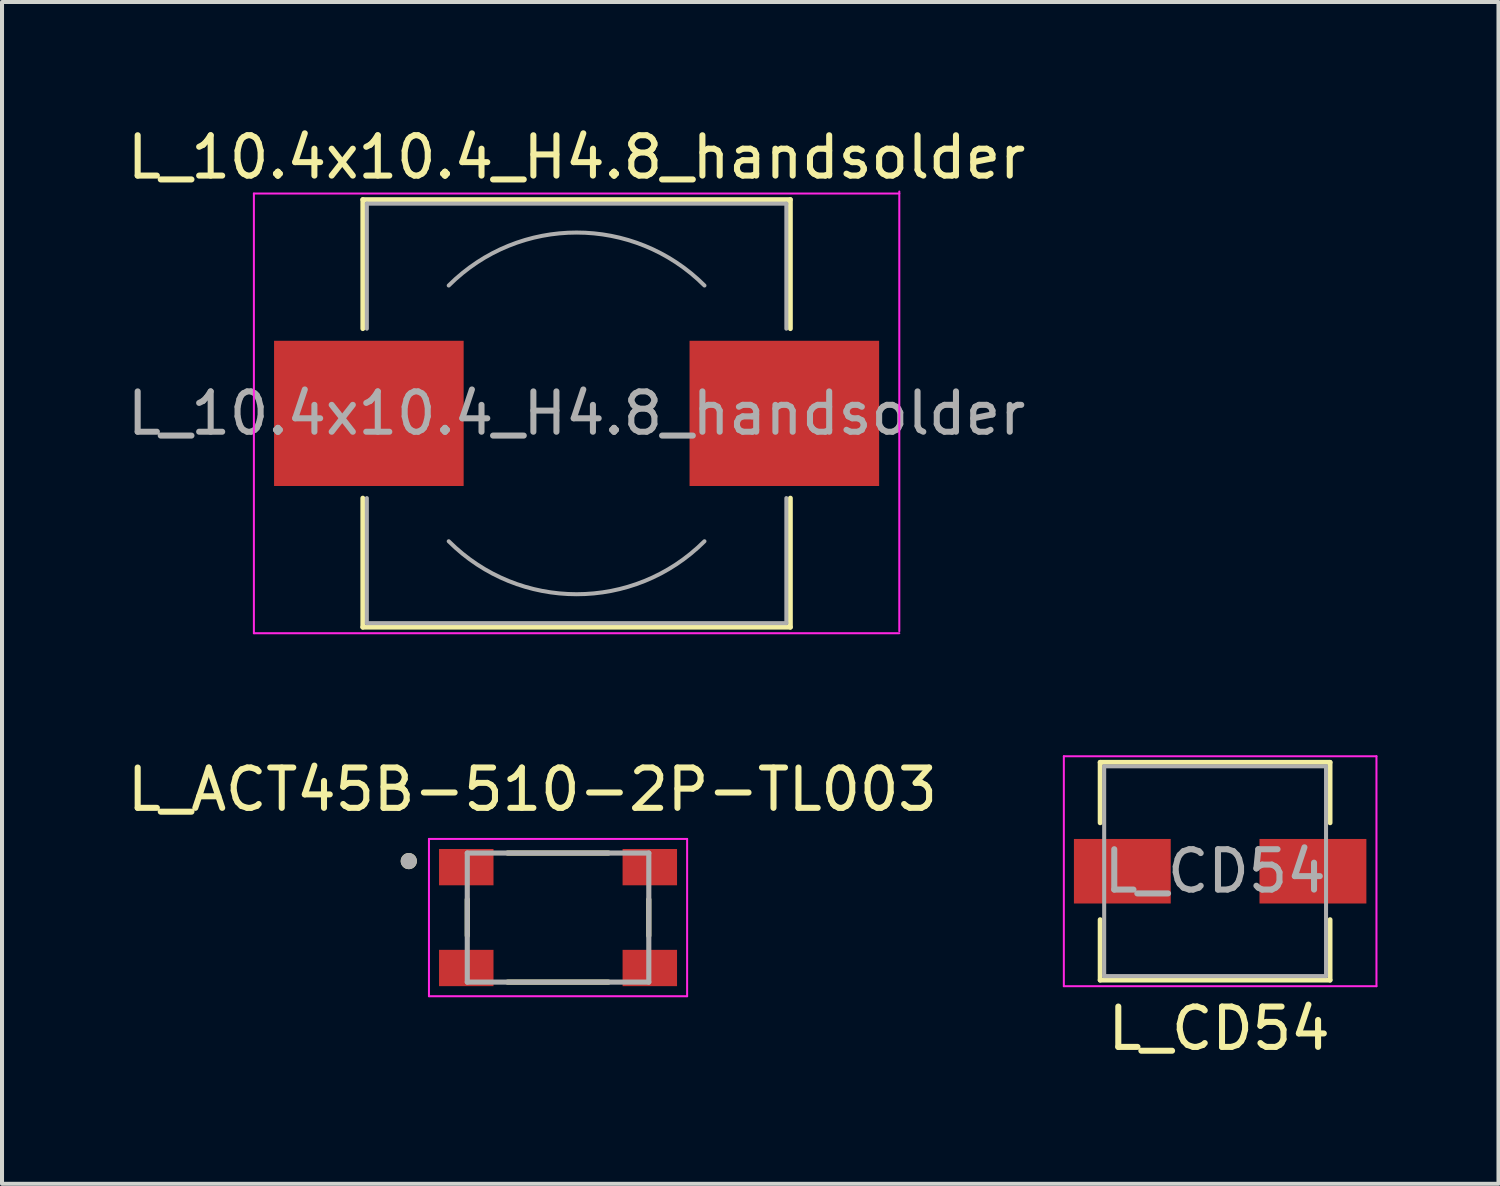
<source format=kicad_pcb>
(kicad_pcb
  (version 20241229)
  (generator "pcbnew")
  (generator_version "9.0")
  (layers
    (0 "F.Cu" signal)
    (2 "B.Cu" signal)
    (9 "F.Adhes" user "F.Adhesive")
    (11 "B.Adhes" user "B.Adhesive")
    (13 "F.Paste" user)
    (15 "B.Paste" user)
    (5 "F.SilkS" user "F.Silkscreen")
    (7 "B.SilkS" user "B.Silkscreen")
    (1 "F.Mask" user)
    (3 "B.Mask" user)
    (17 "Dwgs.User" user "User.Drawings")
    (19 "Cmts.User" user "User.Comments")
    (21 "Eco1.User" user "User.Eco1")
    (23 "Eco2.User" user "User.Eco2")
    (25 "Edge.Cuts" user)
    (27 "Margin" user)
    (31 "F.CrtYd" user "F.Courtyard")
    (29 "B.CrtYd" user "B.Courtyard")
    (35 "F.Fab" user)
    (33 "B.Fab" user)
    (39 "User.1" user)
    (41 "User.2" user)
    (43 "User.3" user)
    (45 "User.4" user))
  (footprint "L_10.4x10.4_H4.8_handsolder"
    (layer "F.Cu")
    (at 11.244 7.198)
    (property "Reference" "L_10.4x10.4_H4.8_handsolder" (at 0 -6.35 0) (layer "F.SilkS") (effects (font (size 1 1) (thickness 0.15))))
    (attr smd)
    (fp_line (start -5.3 -5.3) (end 5.3 -5.3) (stroke (width 0.12) (type solid)) (layer "F.SilkS"))
    (fp_line (start -5.3 -2.1) (end -5.3 -5.3) (stroke (width 0.12) (type solid)) (layer "F.SilkS"))
    (fp_line (start -5.3 5.3) (end -5.3 2.1) (stroke (width 0.12) (type solid)) (layer "F.SilkS"))
    (fp_line (start 5.3 -5.3) (end 5.3 -2.1) (stroke (width 0.12) (type solid)) (layer "F.SilkS"))
    (fp_line (start 5.3 2.1) (end 5.3 5.3) (stroke (width 0.12) (type solid)) (layer "F.SilkS"))
    (fp_line (start 5.3 5.3) (end -5.3 5.3) (stroke (width 0.12) (type solid)) (layer "F.SilkS"))
    (fp_line (start -8 -5.45) (end -8 5.45) (stroke (width 0.05) (type solid)) (layer "F.CrtYd"))
    (fp_line (start -8 5.45) (end 8 5.45) (stroke (width 0.05) (type solid)) (layer "F.CrtYd"))
    (fp_line (start 8 -5.45) (end -8 -5.45) (stroke (width 0.05) (type solid)) (layer "F.CrtYd"))
    (fp_line (start 8 5.4) (end 8 -5.5) (stroke (width 0.05) (type solid)) (layer "F.CrtYd"))
    (fp_line (start -5.2 -5.2) (end -5.2 -2.1) (stroke (width 0.1) (type solid)) (layer "F.Fab"))
    (fp_line (start -5.2 -5.2) (end 5.2 -5.2) (stroke (width 0.1) (type solid)) (layer "F.Fab"))
    (fp_line (start -5.2 5.2) (end -5.2 2.1) (stroke (width 0.1) (type solid)) (layer "F.Fab"))
    (fp_line (start -5.2 5.2) (end 5.2 5.2) (stroke (width 0.1) (type solid)) (layer "F.Fab"))
    (fp_line (start 5.2 -5.2) (end 5.2 -2.1) (stroke (width 0.1) (type solid)) (layer "F.Fab"))
    (fp_line (start 5.2 5.2) (end 5.2 2.1) (stroke (width 0.1) (type solid)) (layer "F.Fab"))
    (fp_arc (start -3.17 -3.17) (mid 0 -4.483057) (end 3.17 -3.17) (stroke (width 0.1) (type solid)) (layer "F.Fab"))
    (fp_arc (start 3.17 3.17) (mid 0 4.483057) (end -3.17 3.17) (stroke (width 0.1) (type solid)) (layer "F.Fab"))
    (fp_text user "${REFERENCE}" (at 0 0 0) (layer "F.Fab") (effects (font (size 1 1) (thickness 0.15))))
    (pad "1" smd rect (at -5.15 0) (size 4.7 3.6) (layers "F.Cu" "F.Mask" "F.Paste"))
    (pad "2" smd rect (at 5.15 0) (size 4.7 3.6) (layers "F.Cu" "F.Mask" "F.Paste")))
  (footprint "L_CD54"
    (layer "F.Cu")
    (at 27.073 18.548)
    (property "Reference" "L_CD54" (at 0.1 3.9 0) (layer "F.SilkS") (effects (font (size 1 1) (thickness 0.15))))
    (attr smd)
    (fp_line (start -2.85 -2.7) (end 2.85 -2.7) (stroke (width 0.12) (type solid)) (layer "F.SilkS"))
    (fp_line (start -2.85 -1.2) (end -2.85 -2.7) (stroke (width 0.12) (type solid)) (layer "F.SilkS"))
    (fp_line (start -2.85 1.2) (end -2.85 2.7) (stroke (width 0.12) (type solid)) (layer "F.SilkS"))
    (fp_line (start -2.85 2.7) (end 2.85 2.7) (stroke (width 0.12) (type solid)) (layer "F.SilkS"))
    (fp_line (start 2.85 -2.7) (end 2.85 -1.2) (stroke (width 0.12) (type solid)) (layer "F.SilkS"))
    (fp_line (start 2.85 2.7) (end 2.85 1.2) (stroke (width 0.12) (type solid)) (layer "F.SilkS"))
    (fp_line (start -3.75 -2.85) (end -3.75 2.85) (stroke (width 0.05) (type solid)) (layer "F.CrtYd"))
    (fp_line (start -3.75 2.85) (end 4 2.85) (stroke (width 0.05) (type solid)) (layer "F.CrtYd"))
    (fp_line (start 4 -2.85) (end -3.75 -2.85) (stroke (width 0.05) (type solid)) (layer "F.CrtYd"))
    (fp_line (start 4 2.85) (end 4 -2.85) (stroke (width 0.05) (type solid)) (layer "F.CrtYd"))
    (fp_line (start -2.75 -2.6) (end -2.75 2.6) (stroke (width 0.1) (type solid)) (layer "F.Fab"))
    (fp_line (start -2.75 2.6) (end 2.75 2.6) (stroke (width 0.1) (type solid)) (layer "F.Fab"))
    (fp_line (start 2.75 -2.6) (end -2.75 -2.6) (stroke (width 0.1) (type solid)) (layer "F.Fab"))
    (fp_line (start 2.75 2.6) (end 2.75 -2.6) (stroke (width 0.1) (type solid)) (layer "F.Fab"))
    (fp_text user "${REFERENCE}" (at 0 0 0) (layer "F.Fab") (effects (font (size 1 1) (thickness 0.15))))
    (pad "1" smd rect (at -2.3 0) (size 2.4 1.6) (layers "F.Cu" "F.Mask" "F.Paste"))
    (pad "2" smd rect (at 2.425 0) (size 2.65 1.6) (layers "F.Cu" "F.Mask" "F.Paste")))
  (footprint "L_ACT45B-510-2P-TL003"
    (layer "F.Cu")
    (at 10.784 19.697)
    (property "Reference" "L_ACT45B-510-2P-TL003" (at -0.635 -3.175 0) (layer "F.SilkS") (effects (font (size 1 1) (thickness 0.15))))
    (attr smd)
    (fp_line (start -2.25 -0.45) (end -2.25 0.45) (stroke (width 0.127) (type solid)) (layer "F.SilkS"))
    (fp_line (start -1.25 -1.6) (end 1.25 -1.6) (stroke (width 0.127) (type solid)) (layer "F.SilkS"))
    (fp_line (start -1.25 1.6) (end 1.25 1.6) (stroke (width 0.127) (type solid)) (layer "F.SilkS"))
    (fp_line (start 2.25 -0.45) (end 2.25 0.45) (stroke (width 0.127) (type solid)) (layer "F.SilkS"))
    (fp_circle (center -3.7 -1.4) (end -3.6 -1.4) (stroke (width 0.2) (type solid)) (fill no) (layer "F.SilkS"))
    (fp_line (start -3.2 -1.95) (end 3.2 -1.95) (stroke (width 0.05) (type solid)) (layer "F.CrtYd"))
    (fp_line (start -3.2 1.95) (end -3.2 -1.95) (stroke (width 0.05) (type solid)) (layer "F.CrtYd"))
    (fp_line (start 3.2 -1.95) (end 3.2 1.95) (stroke (width 0.05) (type solid)) (layer "F.CrtYd"))
    (fp_line (start 3.2 1.95) (end -3.2 1.95) (stroke (width 0.05) (type solid)) (layer "F.CrtYd"))
    (fp_line (start -2.25 -1.6) (end 2.25 -1.6) (stroke (width 0.127) (type solid)) (layer "F.Fab"))
    (fp_line (start -2.25 1.6) (end -2.25 -1.6) (stroke (width 0.127) (type solid)) (layer "F.Fab"))
    (fp_line (start 2.25 -1.6) (end 2.25 1.6) (stroke (width 0.127) (type solid)) (layer "F.Fab"))
    (fp_line (start 2.25 1.6) (end -2.25 1.6) (stroke (width 0.127) (type solid)) (layer "F.Fab"))
    (fp_circle (center -3.7 -1.4) (end -3.6 -1.4) (stroke (width 0.2) (type solid)) (fill no) (layer "F.Fab"))
    (pad "1" smd rect (at -2.275 -1.25) (size 1.35 0.9) (layers "F.Cu" "F.Mask" "F.Paste"))
    (pad "2" smd rect (at -2.275 1.25) (size 1.35 0.9) (layers "F.Cu" "F.Mask" "F.Paste"))
    (pad "3" smd rect (at 2.275 1.25) (size 1.35 0.9) (layers "F.Cu" "F.Mask" "F.Paste"))
    (pad "4" smd rect (at 2.275 -1.25) (size 1.35 0.9) (layers "F.Cu" "F.Mask" "F.Paste")))
  (gr_rect
    (start -3 -3)
    (end 34.098 26.297)
    (stroke (width 0.1) (type default))
    (fill no)
    (layer "Edge.Cuts")))
</source>
